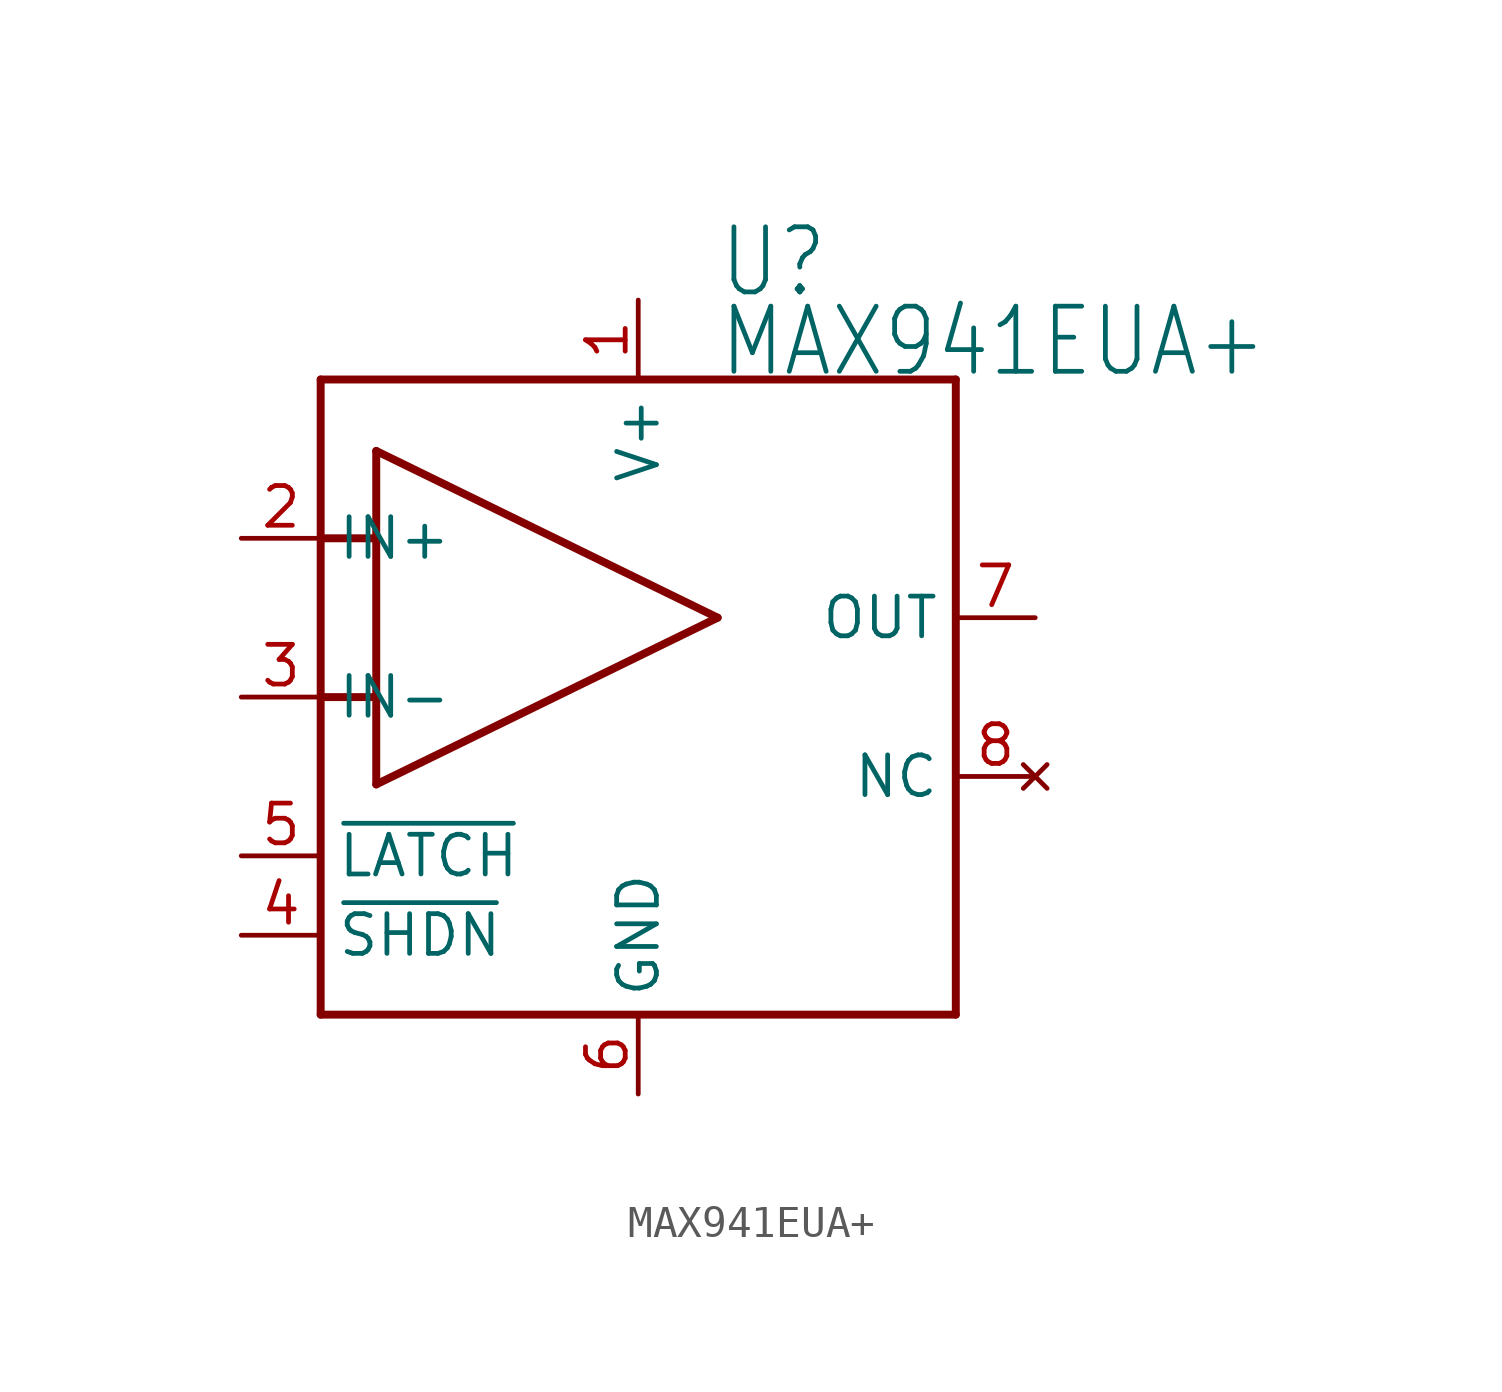
<source format=kicad_sym>
(kicad_symbol_lib
  (version 20211014)
  (generator kicad_symbol_editor)
  (symbol "MAX941EUA+"
    (property "Reference" "U"
      (at 2.54 12.7 0)
      (effects (font (size 2.083 1.77)) (justify left bottom)))
    (property "Value" "MAX941EUA+"
      (at 2.54 10.16 0)
      (effects (font (size 2.083 1.77)) (justify left bottom)))
    (property "ki_locked" ""
      (at 0 0 0)
      (effects (font (size 1.27 1.27))))
    (symbol "MAX941EUA+_1_0"
      (polyline (pts (xy -10.16 -10.16) (xy 10.16 -10.16)) (stroke (width 0.254) (type default) (color 0 0 0 0)) (fill (type none)))
      (polyline (pts (xy -10.16 0) (xy -10.16 -10.16)) (stroke (width 0.254) (type default) (color 0 0 0 0)) (fill (type none)))
      (polyline (pts (xy -10.16 5.08) (xy -10.16 0)) (stroke (width 0.254) (type default) (color 0 0 0 0)) (fill (type none)))
      (polyline (pts (xy -10.16 10.16) (xy -10.16 5.08)) (stroke (width 0.254) (type default) (color 0 0 0 0)) (fill (type none)))
      (polyline (pts (xy -8.382 -2.794) (xy 2.54 2.54)) (stroke (width 0.254) (type default) (color 0 0 0 0)) (fill (type none)))
      (polyline (pts (xy -8.382 0) (xy -10.16 0)) (stroke (width 0.254) (type default) (color 0 0 0 0)) (fill (type none)))
      (polyline (pts (xy -8.382 0) (xy -8.382 -2.794)) (stroke (width 0.254) (type default) (color 0 0 0 0)) (fill (type none)))
      (polyline (pts (xy -8.382 5.08) (xy -10.16 5.08)) (stroke (width 0.254) (type default) (color 0 0 0 0)) (fill (type none)))
      (polyline (pts (xy -8.382 5.08) (xy -8.382 0)) (stroke (width 0.254) (type default) (color 0 0 0 0)) (fill (type none)))
      (polyline (pts (xy -8.382 7.874) (xy -8.382 5.08)) (stroke (width 0.254) (type default) (color 0 0 0 0)) (fill (type none)))
      (polyline (pts (xy 2.54 2.54) (xy -8.382 7.874)) (stroke (width 0.254) (type default) (color 0 0 0 0)) (fill (type none)))
      (polyline (pts (xy 10.16 -10.16) (xy 10.16 10.16)) (stroke (width 0.254) (type default) (color 0 0 0 0)) (fill (type none)))
      (polyline (pts (xy 10.16 10.16) (xy -10.16 10.16)) (stroke (width 0.254) (type default) (color 0 0 0 0)) (fill (type none)))
      (pin power_in line (at 0 12.7 270) (length 2.54) (name "V+" (effects (font (size 1.27 1.27)))) (number "1" (effects (font (size 1.27 1.27)))))
      (pin input line (at -12.7 5.08 0) (length 2.54) (name "IN+" (effects (font (size 1.27 1.27)))) (number "2" (effects (font (size 1.27 1.27)))))
      (pin input line (at -12.7 0 0) (length 2.54) (name "IN-" (effects (font (size 1.27 1.27)))) (number "3" (effects (font (size 1.27 1.27)))))
      (pin input line (at -12.7 -7.62 0) (length 2.54) (name "~{SHDN}" (effects (font (size 1.27 1.27)))) (number "4" (effects (font (size 1.27 1.27)))))
      (pin input line (at -12.7 -5.08 0) (length 2.54) (name "~{LATCH}" (effects (font (size 1.27 1.27)))) (number "5" (effects (font (size 1.27 1.27)))))
      (pin power_in line (at 0 -12.7 90) (length 2.54) (name "GND" (effects (font (size 1.27 1.27)))) (number "6" (effects (font (size 1.27 1.27)))))
      (pin output line (at 12.7 2.54 180) (length 2.54) (name "OUT" (effects (font (size 1.27 1.27)))) (number "7" (effects (font (size 1.27 1.27)))))
      (pin no_connect line (at 12.7 -2.54 180) (length 2.54) (name "NC" (effects (font (size 1.27 1.27)))) (number "8" (effects (font (size 1.27 1.27))))))))
</source>
